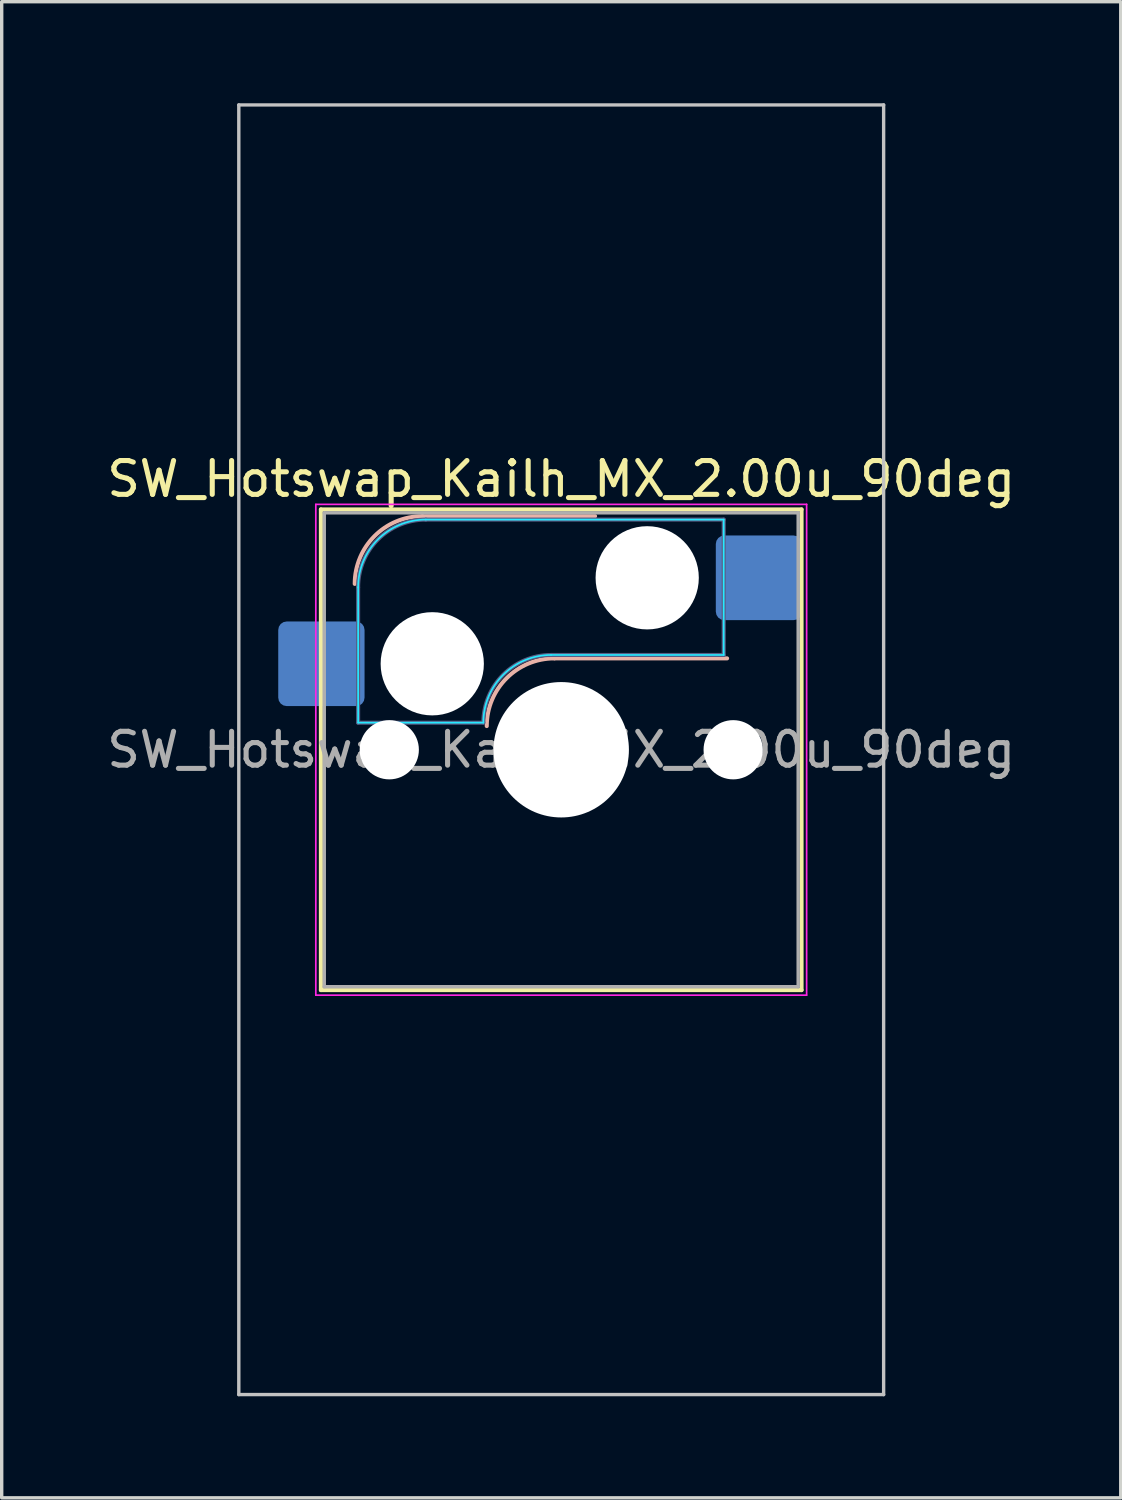
<source format=kicad_pcb>
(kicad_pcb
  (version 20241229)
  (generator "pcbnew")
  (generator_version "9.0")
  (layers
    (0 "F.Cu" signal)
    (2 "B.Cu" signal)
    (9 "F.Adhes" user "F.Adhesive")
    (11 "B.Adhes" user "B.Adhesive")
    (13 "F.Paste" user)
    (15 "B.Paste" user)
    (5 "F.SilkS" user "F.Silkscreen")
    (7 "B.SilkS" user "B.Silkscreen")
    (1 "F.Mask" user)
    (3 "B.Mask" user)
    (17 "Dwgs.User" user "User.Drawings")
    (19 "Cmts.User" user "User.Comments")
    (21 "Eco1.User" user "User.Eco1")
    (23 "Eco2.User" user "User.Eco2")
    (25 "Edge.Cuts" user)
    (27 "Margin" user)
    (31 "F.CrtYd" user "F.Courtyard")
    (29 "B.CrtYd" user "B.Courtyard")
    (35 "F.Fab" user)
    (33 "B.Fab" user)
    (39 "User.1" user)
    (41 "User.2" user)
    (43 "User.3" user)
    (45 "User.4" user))
  (footprint "SW_Hotswap_Kailh_MX_2.00u_90deg"
    (layer "F.Cu")
    (at 13.53 19.1)
    (property "Reference" "SW_Hotswap_Kailh_MX_2.00u_90deg" (at 0 -8 0) (layer "F.SilkS") (effects (font (size 1 1) (thickness 0.15))))
    (attr smd)
    (fp_line (start -7.1 -7.1) (end -7.1 7.1) (stroke (width 0.12) (type solid)) (layer "F.SilkS"))
    (fp_line (start -7.1 7.1) (end 7.1 7.1) (stroke (width 0.12) (type solid)) (layer "F.SilkS"))
    (fp_line (start 7.1 -7.1) (end -7.1 -7.1) (stroke (width 0.12) (type solid)) (layer "F.SilkS"))
    (fp_line (start 7.1 7.1) (end 7.1 -7.1) (stroke (width 0.12) (type solid)) (layer "F.SilkS"))
    (fp_line (start -4.1 -6.9) (end 1 -6.9) (stroke (width 0.12) (type solid)) (layer "B.SilkS"))
    (fp_line (start -0.2 -2.7) (end 4.9 -2.7) (stroke (width 0.12) (type solid)) (layer "B.SilkS"))
    (fp_arc (start -6.1 -4.9) (mid -5.514214 -6.314214) (end -4.1 -6.9) (stroke (width 0.12) (type solid)) (layer "B.SilkS"))
    (fp_arc (start -2.2 -0.7) (mid -1.614214 -2.114214) (end -0.2 -2.7) (stroke (width 0.12) (type solid)) (layer "B.SilkS"))
    (fp_line (start -9.525 -19.05) (end 9.525 -19.05) (stroke (width 0.1) (type solid)) (layer "Dwgs.User"))
    (fp_line (start -9.525 19.05) (end -9.525 -19.05) (stroke (width 0.1) (type solid)) (layer "Dwgs.User"))
    (fp_line (start 9.525 -19.05) (end 9.525 19.05) (stroke (width 0.1) (type solid)) (layer "Dwgs.User"))
    (fp_line (start 9.525 19.05) (end -9.525 19.05) (stroke (width 0.1) (type solid)) (layer "Dwgs.User"))
    (fp_line (start -7.8 -6) (end -7 -6) (stroke (width 0.1) (type solid)) (layer "Eco1.User"))
    (fp_line (start -7.8 -2.9) (end -7.8 -6) (stroke (width 0.1) (type solid)) (layer "Eco1.User"))
    (fp_line (start -7.8 2.9) (end -7 2.9) (stroke (width 0.1) (type solid)) (layer "Eco1.User"))
    (fp_line (start -7.8 6) (end -7.8 2.9) (stroke (width 0.1) (type solid)) (layer "Eco1.User"))
    (fp_line (start -7 -7) (end 7 -7) (stroke (width 0.1) (type solid)) (layer "Eco1.User"))
    (fp_line (start -7 -6) (end -7 -7) (stroke (width 0.1) (type solid)) (layer "Eco1.User"))
    (fp_line (start -7 -2.9) (end -7.8 -2.9) (stroke (width 0.1) (type solid)) (layer "Eco1.User"))
    (fp_line (start -7 2.9) (end -7 -2.9) (stroke (width 0.1) (type solid)) (layer "Eco1.User"))
    (fp_line (start -7 6) (end -7.8 6) (stroke (width 0.1) (type solid)) (layer "Eco1.User"))
    (fp_line (start -7 7) (end -7 6) (stroke (width 0.1) (type solid)) (layer "Eco1.User"))
    (fp_line (start 7 -7) (end 7 -6) (stroke (width 0.1) (type solid)) (layer "Eco1.User"))
    (fp_line (start 7 -6) (end 7.8 -6) (stroke (width 0.1) (type solid)) (layer "Eco1.User"))
    (fp_line (start 7 -2.9) (end 7 2.9) (stroke (width 0.1) (type solid)) (layer "Eco1.User"))
    (fp_line (start 7 2.9) (end 7.8 2.9) (stroke (width 0.1) (type solid)) (layer "Eco1.User"))
    (fp_line (start 7 6) (end 7 7) (stroke (width 0.1) (type solid)) (layer "Eco1.User"))
    (fp_line (start 7 7) (end -7 7) (stroke (width 0.1) (type solid)) (layer "Eco1.User"))
    (fp_line (start 7.8 -6) (end 7.8 -2.9) (stroke (width 0.1) (type solid)) (layer "Eco1.User"))
    (fp_line (start 7.8 -2.9) (end 7 -2.9) (stroke (width 0.1) (type solid)) (layer "Eco1.User"))
    (fp_line (start 7.8 2.9) (end 7.8 6) (stroke (width 0.1) (type solid)) (layer "Eco1.User"))
    (fp_line (start 7.8 6) (end 7 6) (stroke (width 0.1) (type solid)) (layer "Eco1.User"))
    (fp_line (start -6 -0.8) (end -6 -4.8) (stroke (width 0.05) (type solid)) (layer "B.CrtYd"))
    (fp_line (start -6 -0.8) (end -2.3 -0.8) (stroke (width 0.05) (type solid)) (layer "B.CrtYd"))
    (fp_line (start -4 -6.8) (end 4.8 -6.8) (stroke (width 0.05) (type solid)) (layer "B.CrtYd"))
    (fp_line (start -0.3 -2.8) (end 4.8 -2.8) (stroke (width 0.05) (type solid)) (layer "B.CrtYd"))
    (fp_line (start 4.8 -6.8) (end 4.8 -2.8) (stroke (width 0.05) (type solid)) (layer "B.CrtYd"))
    (fp_arc (start -6 -4.8) (mid -5.414214 -6.214214) (end -4 -6.8) (stroke (width 0.05) (type solid)) (layer "B.CrtYd"))
    (fp_arc (start -2.3 -0.8) (mid -1.714214 -2.214214) (end -0.3 -2.8) (stroke (width 0.05) (type solid)) (layer "B.CrtYd"))
    (fp_line (start -7.25 -7.25) (end -7.25 7.25) (stroke (width 0.05) (type solid)) (layer "F.CrtYd"))
    (fp_line (start -7.25 7.25) (end 7.25 7.25) (stroke (width 0.05) (type solid)) (layer "F.CrtYd"))
    (fp_line (start 7.25 -7.25) (end -7.25 -7.25) (stroke (width 0.05) (type solid)) (layer "F.CrtYd"))
    (fp_line (start 7.25 7.25) (end 7.25 -7.25) (stroke (width 0.05) (type solid)) (layer "F.CrtYd"))
    (fp_line (start -6 -0.8) (end -6 -4.8) (stroke (width 0.12) (type solid)) (layer "B.Fab"))
    (fp_line (start -6 -0.8) (end -2.3 -0.8) (stroke (width 0.12) (type solid)) (layer "B.Fab"))
    (fp_line (start -4 -6.8) (end 4.8 -6.8) (stroke (width 0.12) (type solid)) (layer "B.Fab"))
    (fp_line (start -0.3 -2.8) (end 4.8 -2.8) (stroke (width 0.12) (type solid)) (layer "B.Fab"))
    (fp_line (start 4.8 -6.8) (end 4.8 -2.8) (stroke (width 0.12) (type solid)) (layer "B.Fab"))
    (fp_arc (start -6 -4.8) (mid -5.414214 -6.214214) (end -4 -6.8) (stroke (width 0.12) (type solid)) (layer "B.Fab"))
    (fp_arc (start -2.3 -0.8) (mid -1.714214 -2.214214) (end -0.3 -2.8) (stroke (width 0.12) (type solid)) (layer "B.Fab"))
    (fp_line (start -7 -7) (end -7 7) (stroke (width 0.1) (type solid)) (layer "F.Fab"))
    (fp_line (start -7 7) (end 7 7) (stroke (width 0.1) (type solid)) (layer "F.Fab"))
    (fp_line (start 7 -7) (end -7 -7) (stroke (width 0.1) (type solid)) (layer "F.Fab"))
    (fp_line (start 7 7) (end 7 -7) (stroke (width 0.1) (type solid)) (layer "F.Fab"))
    (fp_text user "${REFERENCE}" (at 0 0 0) (layer "F.Fab") (effects (font (size 1 1) (thickness 0.15))))
    (pad "" np_thru_hole circle (at -5.08 0) (size 1.75 1.75) (drill 1.75) (layers "*.Cu" "*.Mask"))
    (pad "" np_thru_hole circle (at -3.81 -2.54) (size 3.05 3.05) (drill 3.05) (layers "*.Cu" "*.Mask"))
    (pad "" np_thru_hole circle (at 0 0) (size 4 4) (drill 4) (layers "*.Cu" "*.Mask"))
    (pad "" np_thru_hole circle (at 2.54 -5.08) (size 3.05 3.05) (drill 3.05) (layers "*.Cu" "*.Mask"))
    (pad "" np_thru_hole circle (at 5.08 0) (size 1.75 1.75) (drill 1.75) (layers "*.Cu" "*.Mask"))
    (pad "1" smd roundrect (at -7.085 -2.54) (size 2.55 2.5) (layers "B.Cu" "B.Mask" "B.Paste") (roundrect_rratio 0.1))
    (pad "2" smd roundrect (at 5.842 -5.08) (size 2.55 2.5) (layers "B.Cu" "B.Mask" "B.Paste") (roundrect_rratio 0.1)))
  (gr_rect
    (start -3 -3)
    (end 30.06 41.2)
    (stroke (width 0.1) (type default))
    (fill no)
    (layer "Edge.Cuts")))
</source>
